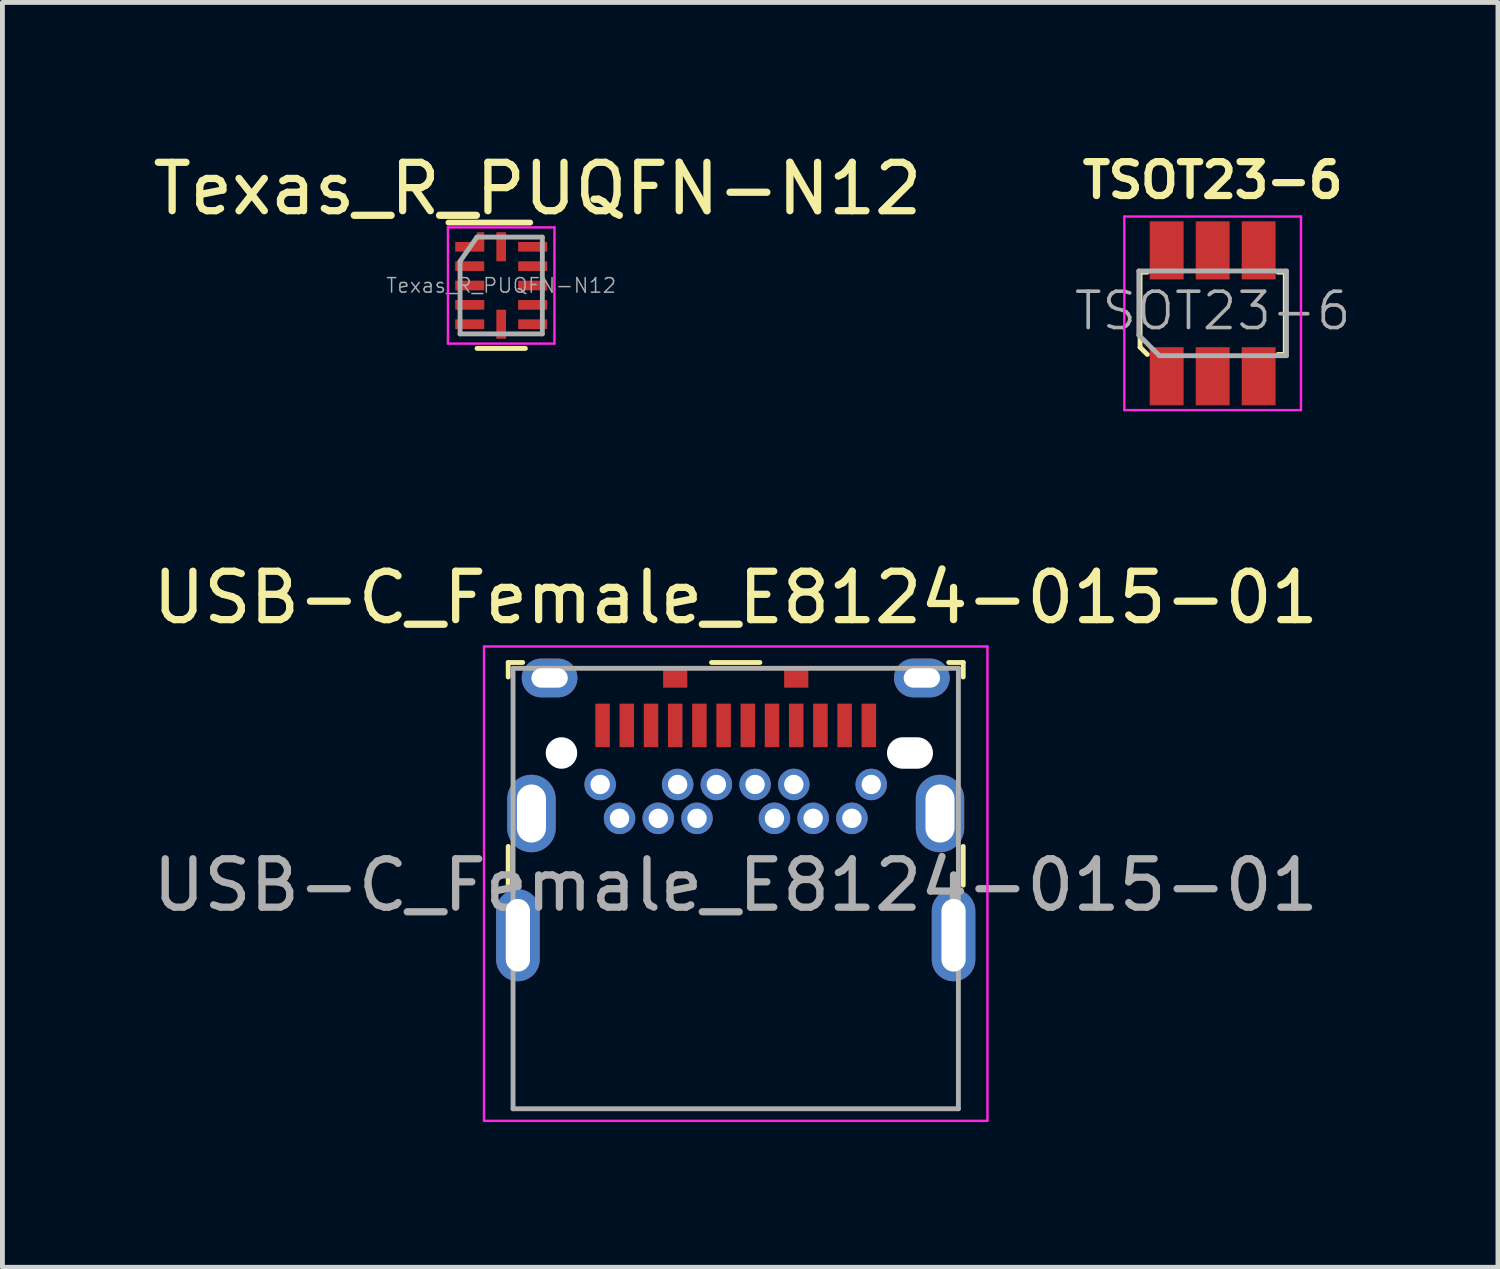
<source format=kicad_pcb>
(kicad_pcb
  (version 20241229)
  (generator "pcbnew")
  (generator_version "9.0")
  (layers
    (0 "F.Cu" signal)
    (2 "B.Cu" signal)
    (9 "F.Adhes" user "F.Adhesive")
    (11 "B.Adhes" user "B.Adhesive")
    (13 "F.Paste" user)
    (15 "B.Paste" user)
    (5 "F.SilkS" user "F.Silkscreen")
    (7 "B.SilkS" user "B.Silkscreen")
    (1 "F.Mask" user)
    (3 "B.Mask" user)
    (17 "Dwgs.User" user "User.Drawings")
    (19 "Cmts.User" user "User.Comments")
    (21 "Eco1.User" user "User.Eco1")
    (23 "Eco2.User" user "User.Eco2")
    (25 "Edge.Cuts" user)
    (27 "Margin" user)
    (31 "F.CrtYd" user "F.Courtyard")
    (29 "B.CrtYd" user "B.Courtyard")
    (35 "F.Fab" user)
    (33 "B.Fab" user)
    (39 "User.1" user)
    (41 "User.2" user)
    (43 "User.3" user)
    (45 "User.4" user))
  (footprint "USB-C_Female_E8124-015-01"
    (layer "F.Cu")
    (at 12.149 11.936)
    (property "Reference" "USB-C_Female_E8124-015-01" (at 0 -2.64 0) (layer "F.SilkS") (effects (font (size 1 1) (thickness 0.15))))
    (attr smd)
    (fp_line (start -4.7 -1.3) (end -4.7 -1) (stroke (width 0.1) (type solid)) (layer "F.SilkS"))
    (fp_line (start -4.7 -1.3) (end -4.4 -1.3) (stroke (width 0.1) (type solid)) (layer "F.SilkS"))
    (fp_line (start -4.7 2.5) (end -4.7 3.3) (stroke (width 0.1) (type solid)) (layer "F.SilkS"))
    (fp_line (start -0.5 -1.3) (end 0.5 -1.3) (stroke (width 0.1) (type solid)) (layer "F.SilkS"))
    (fp_line (start 4.4 -1.3) (end 4.7 -1.3) (stroke (width 0.1) (type solid)) (layer "F.SilkS"))
    (fp_line (start 4.7 -1.3) (end 4.7 -1) (stroke (width 0.1) (type solid)) (layer "F.SilkS"))
    (fp_line (start 4.7 2.5) (end 4.7 3.3) (stroke (width 0.1) (type solid)) (layer "F.SilkS"))
    (fp_line (start -5.2 -1.63) (end -5.2 8.17) (stroke (width 0.05) (type solid)) (layer "F.CrtYd"))
    (fp_line (start 5.2 -1.63) (end -5.2 -1.63) (stroke (width 0.05) (type solid)) (layer "F.CrtYd"))
    (fp_line (start 5.2 -1.63) (end 5.2 8.17) (stroke (width 0.05) (type solid)) (layer "F.CrtYd"))
    (fp_line (start 5.2 8.17) (end -5.2 8.17) (stroke (width 0.05) (type solid)) (layer "F.CrtYd"))
    (fp_line (start -4.6 -1.18) (end -4.6 7.92) (stroke (width 0.1) (type solid)) (layer "F.Fab"))
    (fp_line (start 4.6 -1.18) (end -4.6 -1.18) (stroke (width 0.1) (type solid)) (layer "F.Fab"))
    (fp_line (start 4.6 -1.18) (end 4.6 7.92) (stroke (width 0.1) (type solid)) (layer "F.Fab"))
    (fp_line (start 4.6 7.92) (end -4.6 7.92) (stroke (width 0.1) (type solid)) (layer "F.Fab"))
    (fp_text user "${REFERENCE}" (at 0 3.3 0) (layer "F.Fab") (effects (font (size 1 1) (thickness 0.15))))
    (pad "" np_thru_hole circle (at -3.6 0.57) (size 0.65 0.65) (drill 0.65) (layers "*.Cu" "*.Mask"))
    (pad "" smd rect (at -1.25 -0.98) (size 0.5 0.4) (layers "F.Cu" "F.Mask" "F.Paste"))
    (pad "" smd rect (at 1.25 -0.98) (size 0.5 0.4) (layers "F.Cu" "F.Mask" "F.Paste"))
    (pad "" np_thru_hole oval (at 3.6 0.57) (size 0.95 0.65) (drill oval 0.95 0.65) (layers "*.Cu" "*.Mask"))
    (pad "A1" smd rect (at -2.75 0) (size 0.3 0.9) (layers "F.Cu" "F.Mask" "F.Paste"))
    (pad "A2" smd rect (at -2.25 0) (size 0.3 0.9) (layers "F.Cu" "F.Mask" "F.Paste"))
    (pad "A3" smd rect (at -1.75 0) (size 0.3 0.9) (layers "F.Cu" "F.Mask" "F.Paste"))
    (pad "A4" smd rect (at -1.25 0) (size 0.3 0.9) (layers "F.Cu" "F.Mask" "F.Paste"))
    (pad "A5" smd rect (at -0.75 0) (size 0.3 0.9) (layers "F.Cu" "F.Mask" "F.Paste"))
    (pad "A6" smd rect (at -0.25 0) (size 0.3 0.9) (layers "F.Cu" "F.Mask" "F.Paste"))
    (pad "A7" smd rect (at 0.25 0) (size 0.3 0.9) (layers "F.Cu" "F.Mask" "F.Paste"))
    (pad "A8" smd rect (at 0.75 0) (size 0.3 0.9) (layers "F.Cu" "F.Mask" "F.Paste"))
    (pad "A9" smd rect (at 1.25 0) (size 0.3 0.9) (layers "F.Cu" "F.Mask" "F.Paste"))
    (pad "A10" smd rect (at 1.75 0) (size 0.3 0.9) (layers "F.Cu" "F.Mask" "F.Paste"))
    (pad "A11" smd rect (at 2.25 0) (size 0.3 0.9) (layers "F.Cu" "F.Mask" "F.Paste"))
    (pad "A12" smd rect (at 2.75 0) (size 0.3 0.9) (layers "F.Cu" "F.Mask" "F.Paste"))
    (pad "B1" thru_hole circle (at 2.8 1.22) (size 0.65 0.65) (drill 0.4) (layers "*.Cu" "*.Mask"))
    (pad "B2" thru_hole circle (at 2.4 1.92) (size 0.65 0.65) (drill 0.4) (layers "*.Cu" "*.Mask"))
    (pad "B3" thru_hole circle (at 1.6 1.92) (size 0.65 0.65) (drill 0.4) (layers "*.Cu" "*.Mask"))
    (pad "B4" thru_hole circle (at 1.2 1.22) (size 0.65 0.65) (drill 0.4) (layers "*.Cu" "*.Mask"))
    (pad "B5" thru_hole circle (at 0.8 1.92) (size 0.65 0.65) (drill 0.4) (layers "*.Cu" "*.Mask"))
    (pad "B6" thru_hole circle (at 0.4 1.22) (size 0.65 0.65) (drill 0.4) (layers "*.Cu" "*.Mask"))
    (pad "B7" thru_hole circle (at -0.4 1.22) (size 0.65 0.65) (drill 0.4) (layers "*.Cu" "*.Mask"))
    (pad "B8" thru_hole circle (at -0.8 1.92) (size 0.65 0.65) (drill 0.4) (layers "*.Cu" "*.Mask"))
    (pad "B9" thru_hole circle (at -1.2 1.22) (size 0.65 0.65) (drill 0.4) (layers "*.Cu" "*.Mask"))
    (pad "B10" thru_hole circle (at -1.6 1.92) (size 0.65 0.65) (drill 0.4) (layers "*.Cu" "*.Mask"))
    (pad "B11" thru_hole circle (at -2.4 1.92) (size 0.65 0.65) (drill 0.4) (layers "*.Cu" "*.Mask"))
    (pad "B12" thru_hole circle (at -2.8 1.22) (size 0.65 0.65) (drill 0.4) (layers "*.Cu" "*.Mask"))
    (pad "SH" thru_hole oval (at -4.5 4.335) (size 0.9 1.9) (drill oval 0.5 1.5) (layers "*.Cu" "*.Mask"))
    (pad "SH" thru_hole oval (at -4.22 1.82) (size 1 1.6) (drill oval 0.6 1.2) (layers "*.Cu" "*.Mask"))
    (pad "SH" thru_hole oval (at -3.845 -0.98) (size 1.15 0.8) (drill oval 0.75 0.4) (layers "*.Cu" "*.Mask"))
    (pad "SH" thru_hole oval (at 3.845 -0.98) (size 1.15 0.8) (drill oval 0.75 0.4) (layers "*.Cu" "*.Mask"))
    (pad "SH" thru_hole oval (at 4.22 1.82) (size 1 1.6) (drill oval 0.6 1.2) (layers "*.Cu" "*.Mask"))
    (pad "SH" thru_hole oval (at 4.5 4.335) (size 0.9 1.9) (drill oval 0.5 1.5) (layers "*.Cu" "*.Mask")))
  (footprint "TSOT23-6"
    (layer "F.Cu")
    (at 22.002 3.423)
    (property "Reference" "TSOT23-6" (at 0 -2.75 0) (layer "F.SilkS") (effects (font (size 0.7 0.7) (thickness 0.15))))
    (attr smd)
    (fp_line (start -1.5 -0.85) (end -1.5 0.7) (stroke (width 0.1) (type solid)) (layer "F.SilkS"))
    (fp_line (start -1.5 -0.85) (end -1.35 -0.85) (stroke (width 0.1) (type solid)) (layer "F.SilkS"))
    (fp_line (start -1.5 0.7) (end -1.35 0.85) (stroke (width 0.1) (type solid)) (layer "F.SilkS"))
    (fp_line (start 1.5 -0.85) (end 1.35 -0.85) (stroke (width 0.1) (type solid)) (layer "F.SilkS"))
    (fp_line (start 1.5 -0.85) (end 1.5 0.85) (stroke (width 0.1) (type solid)) (layer "F.SilkS"))
    (fp_line (start 1.5 0.85) (end 1.35 0.85) (stroke (width 0.1) (type solid)) (layer "F.SilkS"))
    (fp_line (start -1.825 -2) (end -1.825 2) (stroke (width 0.05) (type solid)) (layer "F.CrtYd"))
    (fp_line (start -1.825 2) (end 1.825 2) (stroke (width 0.05) (type solid)) (layer "F.CrtYd"))
    (fp_line (start 1.825 -2) (end -1.825 -2) (stroke (width 0.05) (type solid)) (layer "F.CrtYd"))
    (fp_line (start 1.825 -2) (end 1.825 2) (stroke (width 0.05) (type solid)) (layer "F.CrtYd"))
    (fp_line (start -1.525 -0.875) (end 1.525 -0.875) (stroke (width 0.1) (type solid)) (layer "F.Fab"))
    (fp_line (start -1.525 0.45) (end -1.525 -0.875) (stroke (width 0.1) (type solid)) (layer "F.Fab"))
    (fp_line (start -1.525 0.45) (end -1.1 0.875) (stroke (width 0.1) (type solid)) (layer "F.Fab"))
    (fp_line (start -1.1 0.875) (end 1.525 0.875) (stroke (width 0.1) (type solid)) (layer "F.Fab"))
    (fp_line (start 1.525 -0.875) (end 1.525 0.875) (stroke (width 0.1) (type solid)) (layer "F.Fab"))
    (fp_text user "${REFERENCE}" (at 0 -0.05 0) (layer "F.Fab") (effects (font (size 0.75 0.75) (thickness 0.075))))
    (pad "1" smd rect (at -0.95 1.3) (size 0.7 1.2) (layers "F.Cu" "F.Mask" "F.Paste"))
    (pad "2" smd rect (at 0 1.3) (size 0.7 1.2) (layers "F.Cu" "F.Mask" "F.Paste"))
    (pad "3" smd rect (at 0.95 1.3) (size 0.7 1.2) (layers "F.Cu" "F.Mask" "F.Paste"))
    (pad "4" smd rect (at 0.95 -1.3) (size 0.7 1.2) (layers "F.Cu" "F.Mask" "F.Paste"))
    (pad "5" smd rect (at 0 -1.3) (size 0.7 1.2) (layers "F.Cu" "F.Mask" "F.Paste"))
    (pad "6" smd rect (at -0.95 -1.3) (size 0.7 1.2) (layers "F.Cu" "F.Mask" "F.Paste")))
  (footprint "Texas_R_PUQFN-N12"
    (layer "F.Cu")
    (at 7.304 2.848)
    (property "Reference" "Texas_R_PUQFN-N12" (at 0.75 -2 0) (layer "F.SilkS") (effects (font (size 1 1) (thickness 0.15))))
    (attr smd)
    (fp_line (start 0.5 1.3) (end -0.5 1.3) (stroke (width 0.1) (type solid)) (layer "F.SilkS"))
    (fp_line (start 0.6 -1.3) (end -1.09 -1.3) (stroke (width 0.12) (type solid)) (layer "F.SilkS"))
    (fp_line (start -1.1 -1.2) (end 1.1 -1.2) (stroke (width 0.05) (type solid)) (layer "F.CrtYd"))
    (fp_line (start -1.1 1.2) (end -1.1 -1.2) (stroke (width 0.05) (type solid)) (layer "F.CrtYd"))
    (fp_line (start 1.1 -1.2) (end 1.1 1.2) (stroke (width 0.05) (type solid)) (layer "F.CrtYd"))
    (fp_line (start 1.1 1.2) (end -1.1 1.2) (stroke (width 0.05) (type solid)) (layer "F.CrtYd"))
    (fp_line (start -0.85 1) (end -0.85 -0.5) (stroke (width 0.1) (type solid)) (layer "F.Fab"))
    (fp_line (start -0.5 -1) (end -0.85 -0.5) (stroke (width 0.1) (type solid)) (layer "F.Fab"))
    (fp_line (start -0.5 -1) (end 0.85 -1) (stroke (width 0.1) (type solid)) (layer "F.Fab"))
    (fp_line (start 0.85 -1) (end 0.85 1) (stroke (width 0.1) (type solid)) (layer "F.Fab"))
    (fp_line (start 0.85 1) (end -0.85 1) (stroke (width 0.1) (type solid)) (layer "F.Fab"))
    (fp_text user "${REFERENCE}" (at 0 0 0) (layer "F.Fab") (effects (font (size 0.3 0.3) (thickness 0.03))))
    (pad "1" smd rect (at -0.65 -0.8 270) (size 0.2 0.6) (layers "F.Cu" "F.Mask" "F.Paste"))
    (pad "1" smd rect (at -0.425 -0.975) (size 0.15 0.25) (layers "F.Cu" "F.Mask" "F.Paste"))
    (pad "2" smd rect (at -0.65 -0.4 270) (size 0.2 0.6) (layers "F.Cu" "F.Mask" "F.Paste"))
    (pad "3" smd rect (at -0.65 0 270) (size 0.2 0.6) (layers "F.Cu" "F.Mask" "F.Paste"))
    (pad "4" smd rect (at -0.65 0.4 270) (size 0.2 0.6) (layers "F.Cu" "F.Mask" "F.Paste"))
    (pad "5" smd rect (at -0.65 0.8 270) (size 0.2 0.6) (layers "F.Cu" "F.Mask" "F.Paste"))
    (pad "6" smd rect (at 0 0.8 270) (size 0.6 0.2) (layers "F.Cu" "F.Mask" "F.Paste"))
    (pad "7" smd rect (at 0.65 0.8 270) (size 0.2 0.6) (layers "F.Cu" "F.Mask" "F.Paste"))
    (pad "8" smd rect (at 0.65 0.4 270) (size 0.2 0.6) (layers "F.Cu" "F.Mask" "F.Paste"))
    (pad "9" smd rect (at 0.65 0 270) (size 0.2 0.6) (layers "F.Cu" "F.Mask" "F.Paste"))
    (pad "10" smd rect (at 0.65 -0.4 270) (size 0.2 0.6) (layers "F.Cu" "F.Mask" "F.Paste"))
    (pad "11" smd rect (at 0.65 -0.8 270) (size 0.2 0.6) (layers "F.Cu" "F.Mask" "F.Paste"))
    (pad "12" smd rect (at 0 -0.8 270) (size 0.6 0.2) (layers "F.Cu" "F.Mask" "F.Paste")))
  (gr_rect
    (start -3 -3)
    (end 27.896 23.131)
    (stroke (width 0.1) (type default))
    (fill no)
    (layer "Edge.Cuts")))
</source>
